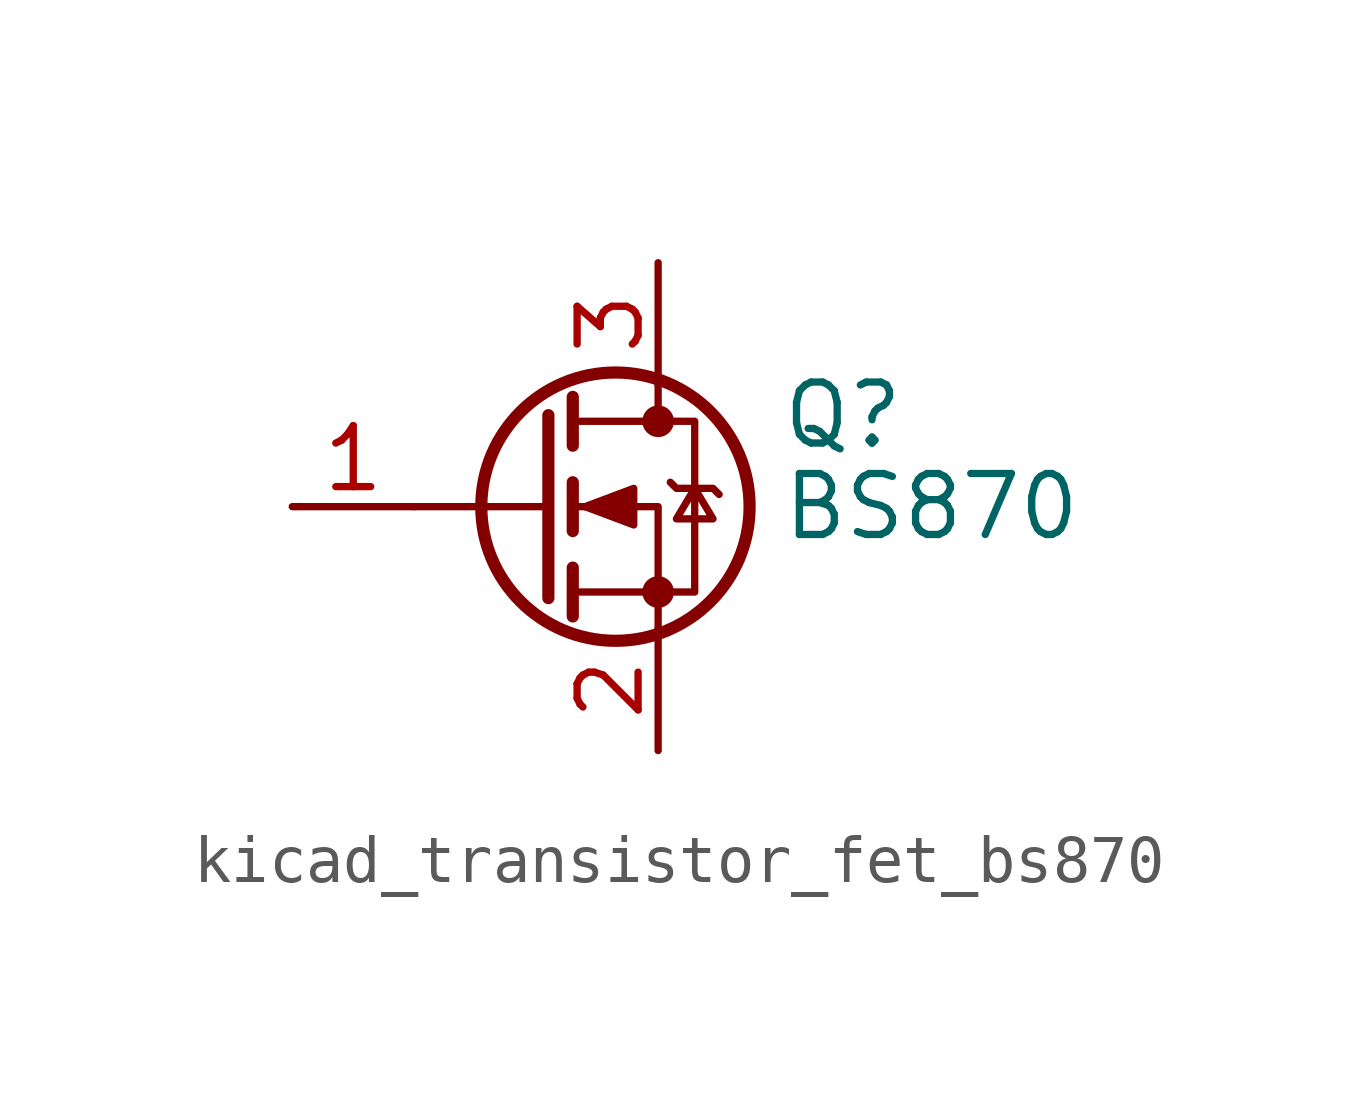
<source format=kicad_sym>
(kicad_symbol_lib
  (version 20220914)
  (generator kicad_symbol_editor)
  (symbol "kicad_transistor_fet_bs870"
    (pin_names hide)
    (property "Reference" "Q"
      (at 5.08 1.905 0)
      (effects (font (size 1.27 1.27)) (justify left)))
    (property "Value" "BS870"
      (at 5.08 0 0)
      (effects (font (size 1.27 1.27)) (justify left)))
    (symbol "kicad_transistor_fet_bs870_0_1"
      (polyline (pts (xy 0.254 0) (xy -2.54 0)) (stroke (width 0) (type default)) (fill (type none)))
      (polyline (pts (xy 0.254 1.905) (xy 0.254 -1.905)) (stroke (width 0.254) (type default)) (fill (type none)))
      (polyline (pts (xy 0.762 -1.27) (xy 0.762 -2.286)) (stroke (width 0.254) (type default)) (fill (type none)))
      (polyline (pts (xy 0.762 0.508) (xy 0.762 -0.508)) (stroke (width 0.254) (type default)) (fill (type none)))
      (polyline (pts (xy 0.762 2.286) (xy 0.762 1.27)) (stroke (width 0.254) (type default)) (fill (type none)))
      (polyline (pts (xy 2.54 2.54) (xy 2.54 1.778)) (stroke (width 0) (type default)) (fill (type none)))
      (polyline (pts (xy 2.54 -2.54) (xy 2.54 0) (xy 0.762 0)) (stroke (width 0) (type default)) (fill (type none)))
      (polyline (pts (xy 0.762 -1.778) (xy 3.302 -1.778) (xy 3.302 1.778) (xy 0.762 1.778)) (stroke (width 0) (type default)) (fill (type none)))
      (polyline (pts (xy 1.016 0) (xy 2.032 0.381) (xy 2.032 -0.381) (xy 1.016 0)) (stroke (width 0) (type default)) (fill (type outline)))
      (polyline (pts (xy 2.794 0.508) (xy 2.921 0.381) (xy 3.683 0.381) (xy 3.81 0.254)) (stroke (width 0) (type default)) (fill (type none)))
      (polyline (pts (xy 3.302 0.381) (xy 2.921 -0.254) (xy 3.683 -0.254) (xy 3.302 0.381)) (stroke (width 0) (type default)) (fill (type none)))
      (circle (center 1.651 0) (radius 2.794) (stroke (width 0.254) (type default)) (fill (type none)))
      (circle (center 2.54 -1.778) (radius 0.254) (stroke (width 0) (type default)) (fill (type outline)))
      (circle (center 2.54 1.778) (radius 0.254) (stroke (width 0) (type default)) (fill (type outline))))
    (symbol "kicad_transistor_fet_bs870_1_1"
      (pin input line (at -5.08 0 0) (length 2.54) (name "G" (effects (font (size 1.27 1.27)))) (number "1" (effects (font (size 1.27 1.27)))))
      (pin passive line (at 2.54 -5.08 90) (length 2.54) (name "S" (effects (font (size 1.27 1.27)))) (number "2" (effects (font (size 1.27 1.27)))))
      (pin passive line (at 2.54 5.08 270) (length 2.54) (name "D" (effects (font (size 1.27 1.27)))) (number "3" (effects (font (size 1.27 1.27))))))))
</source>
